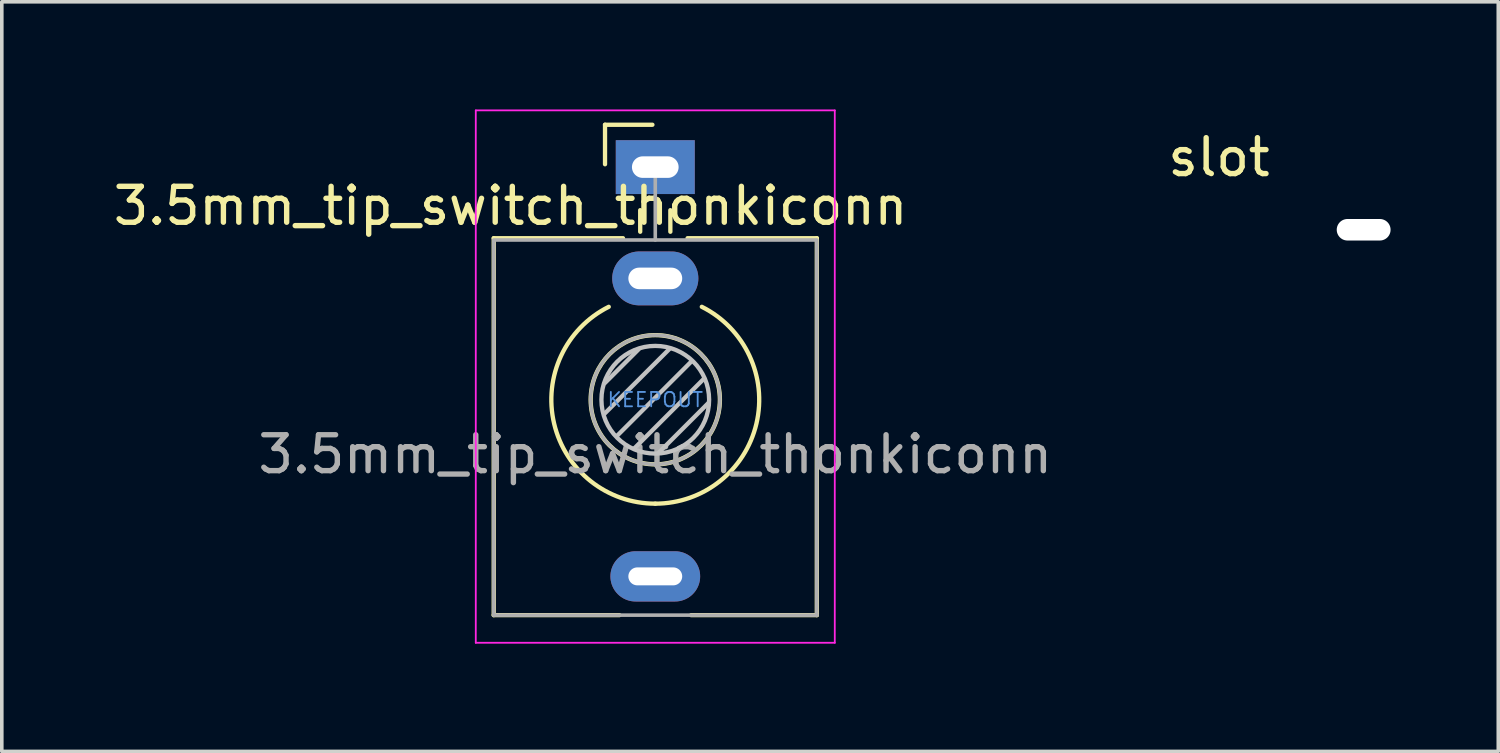
<source format=kicad_pcb>
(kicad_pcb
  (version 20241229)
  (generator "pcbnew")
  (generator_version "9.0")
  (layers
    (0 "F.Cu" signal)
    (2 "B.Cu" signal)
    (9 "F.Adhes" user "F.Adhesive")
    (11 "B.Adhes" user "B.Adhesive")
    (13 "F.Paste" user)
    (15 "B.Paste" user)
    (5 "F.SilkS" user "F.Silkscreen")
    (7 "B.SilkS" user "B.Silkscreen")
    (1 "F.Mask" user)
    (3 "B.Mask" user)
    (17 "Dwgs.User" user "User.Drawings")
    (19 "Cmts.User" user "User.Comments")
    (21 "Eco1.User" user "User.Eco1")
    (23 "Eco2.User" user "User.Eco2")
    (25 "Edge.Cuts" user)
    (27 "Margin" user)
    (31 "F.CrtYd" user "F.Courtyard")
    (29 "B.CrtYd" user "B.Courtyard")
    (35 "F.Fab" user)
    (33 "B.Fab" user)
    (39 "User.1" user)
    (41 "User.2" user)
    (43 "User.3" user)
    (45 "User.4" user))
  (footprint "slot"
    (layer "F.Cu")
    (at 34.935 0.25)
    (property "Reference" "slot" (at -4.03 1.08 180) (layer "F.SilkS") (effects (font (size 1 1) (thickness 0.15))))
    (attr through_hole)
    (pad "" np_thru_hole oval (at 0 3.1 180) (size 1.5 0.6) (drill oval 1.5 0.6) (layers "*.Cu" "*.Mask")))
  (footprint "3.5mm_tip_switch_thonkiconn"
    (layer "F.Cu")
    (at 15.203 1.605)
    (property "Reference" "3.5mm_tip_switch_thonkiconn" (at -4.03 1.08 180) (layer "F.SilkS") (effects (font (size 1 1) (thickness 0.15))))
    (attr through_hole)
    (fp_line (start -4.5 1.98) (end -4.5 12.48) (stroke (width 0.12) (type solid)) (layer "F.SilkS"))
    (fp_line (start -1.4 -1.18) (end -1.4 -0.08) (stroke (width 0.12) (type solid)) (layer "F.SilkS"))
    (fp_line (start -1.4 -1.18) (end -0.08 -1.18) (stroke (width 0.12) (type solid)) (layer "F.SilkS"))
    (fp_line (start -1 12.48) (end -4.5 12.48) (stroke (width 0.12) (type solid)) (layer "F.SilkS"))
    (fp_line (start -0.9 1.98) (end -4.5 1.98) (stroke (width 0.12) (type solid)) (layer "F.SilkS"))
    (fp_line (start -0.42 1.2) (end -0.42 1.8) (stroke (width 0.12) (type solid)) (layer "F.SilkS"))
    (fp_line (start 0.42 1.2) (end 0.42 1.8) (stroke (width 0.12) (type solid)) (layer "F.SilkS"))
    (fp_line (start 4.5 1.98) (end 0.9 1.98) (stroke (width 0.12) (type solid)) (layer "F.SilkS"))
    (fp_line (start 4.5 1.98) (end 4.5 12.48) (stroke (width 0.12) (type solid)) (layer "F.SilkS"))
    (fp_line (start 4.5 12.48) (end 1 12.48) (stroke (width 0.12) (type solid)) (layer "F.SilkS"))
    (fp_arc (start 0 9.375) (mid -2.817353 7.145994) (end -1.296263 3.891423) (stroke (width 0.12) (type solid)) (layer "F.SilkS"))
    (fp_arc (start 1.296263 3.891423) (mid 2.817353 7.145994) (end 0 9.375) (stroke (width 0.12) (type solid)) (layer "F.SilkS"))
    (fp_circle (center 0 6.48) (end 1.8 6.48) (stroke (width 0.12) (type solid)) (fill no) (layer "F.SilkS"))
    (fp_line (start -1.42 6.875) (end 0.4 5.06) (stroke (width 0.12) (type solid)) (layer "Dwgs.User"))
    (fp_line (start -1.41 6.02) (end -0.46 5.07) (stroke (width 0.12) (type solid)) (layer "Dwgs.User"))
    (fp_line (start -1.07 7.49) (end 1.01 5.41) (stroke (width 0.12) (type solid)) (layer "Dwgs.User"))
    (fp_line (start -0.58 7.83) (end 1.36 5.89) (stroke (width 0.12) (type solid)) (layer "Dwgs.User"))
    (fp_line (start 0.09 7.96) (end 1.48 6.57) (stroke (width 0.12) (type solid)) (layer "Dwgs.User"))
    (fp_circle (center 0 6.48) (end 1.5 6.48) (stroke (width 0.12) (type solid)) (fill no) (layer "Dwgs.User"))
    (fp_line (start -5 13.25) (end -5 -1.58) (stroke (width 0.05) (type solid)) (layer "F.CrtYd"))
    (fp_line (start 5 -1.58) (end -5 -1.58) (stroke (width 0.05) (type solid)) (layer "F.CrtYd"))
    (fp_line (start 5 13.25) (end -5 13.25) (stroke (width 0.05) (type solid)) (layer "F.CrtYd"))
    (fp_line (start 5 13.25) (end 5 -1.58) (stroke (width 0.05) (type solid)) (layer "F.CrtYd"))
    (fp_line (start -4.5 12.48) (end -4.5 2.08) (stroke (width 0.1) (type solid)) (layer "F.Fab"))
    (fp_line (start 0 0) (end 0 2.03) (stroke (width 0.1) (type solid)) (layer "F.Fab"))
    (fp_line (start 4.5 2.03) (end -4.5 2.03) (stroke (width 0.1) (type solid)) (layer "F.Fab"))
    (fp_line (start 4.5 12.48) (end -4.5 12.48) (stroke (width 0.1) (type solid)) (layer "F.Fab"))
    (fp_line (start 4.5 12.48) (end 4.5 2.08) (stroke (width 0.1) (type solid)) (layer "F.Fab"))
    (fp_circle (center 0 6.48) (end 1.8 6.48) (stroke (width 0.1) (type solid)) (fill no) (layer "F.Fab"))
    (fp_text user "KEEPOUT" (at 0 6.48 0) (layer "Cmts.User") (effects (font (size 0.4 0.4) (thickness 0.051))))
    (fp_text user "${REFERENCE}" (at 0 8 180) (layer "F.Fab") (effects (font (size 1 1) (thickness 0.15))))
    (pad "S" thru_hole rect (at 0 0 180) (size 2.2 1.5) (drill oval 1.3 0.6) (layers "*.Cu" "*.Mask"))
    (pad "T" thru_hole oval (at 0 11.4 180) (size 2.5 1.4) (drill oval 1.5 0.5) (layers "*.Cu" "*.Mask"))
    (pad "TN" thru_hole oval (at 0 3.1 180) (size 2.4 1.5) (drill oval 1.5 0.6) (layers "*.Cu" "*.Mask")))
  (gr_rect
    (start -3 -3)
    (end 38.685 17.88)
    (stroke (width 0.1) (type default))
    (fill no)
    (layer "Edge.Cuts")))
</source>
